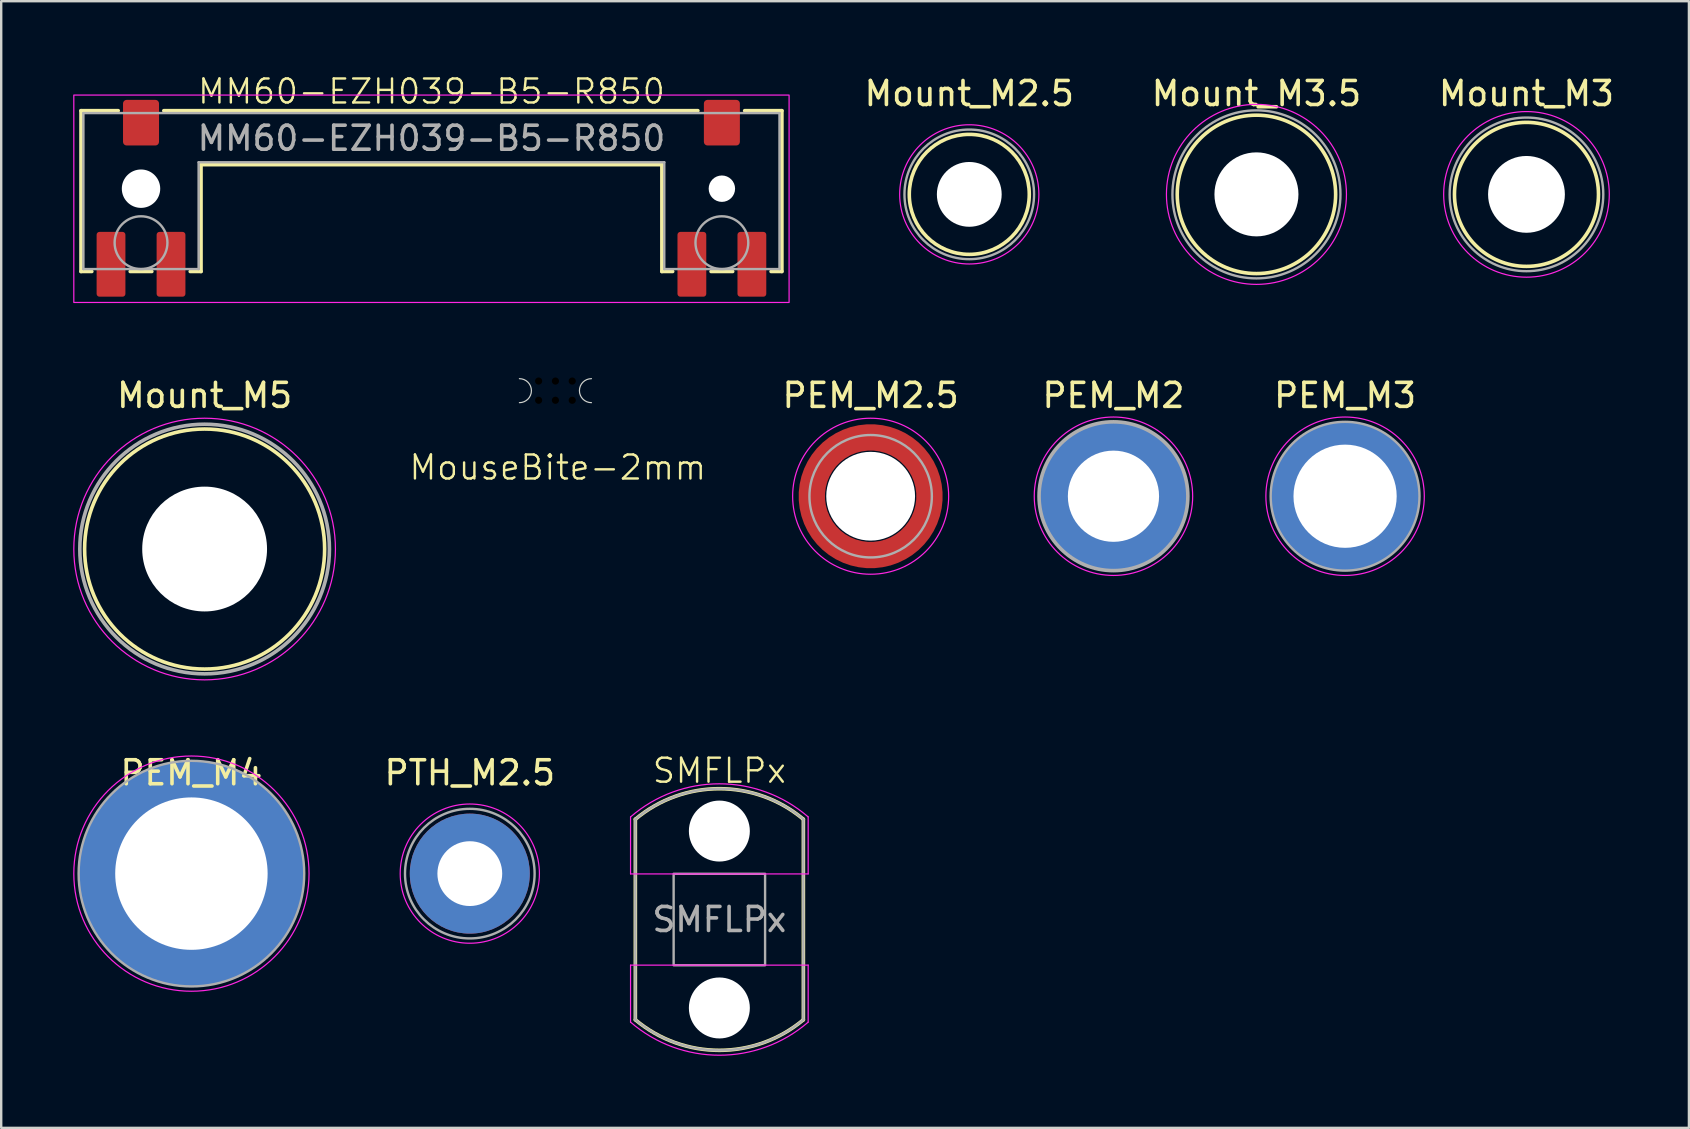
<source format=kicad_pcb>
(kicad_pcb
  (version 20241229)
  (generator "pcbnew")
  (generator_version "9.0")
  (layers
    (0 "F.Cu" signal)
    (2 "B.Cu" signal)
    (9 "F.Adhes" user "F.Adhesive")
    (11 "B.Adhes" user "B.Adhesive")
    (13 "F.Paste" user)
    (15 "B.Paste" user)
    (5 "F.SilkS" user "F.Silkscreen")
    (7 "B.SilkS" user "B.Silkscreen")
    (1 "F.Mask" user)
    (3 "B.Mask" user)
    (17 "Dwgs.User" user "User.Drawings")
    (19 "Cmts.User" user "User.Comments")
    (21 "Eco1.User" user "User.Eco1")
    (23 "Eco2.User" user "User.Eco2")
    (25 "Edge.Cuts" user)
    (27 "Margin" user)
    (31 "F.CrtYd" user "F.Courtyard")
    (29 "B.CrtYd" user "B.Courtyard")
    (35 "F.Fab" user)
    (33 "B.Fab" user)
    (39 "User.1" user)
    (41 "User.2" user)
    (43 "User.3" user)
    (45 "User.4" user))
  (footprint "PEM_M2.5"
    (layer "F.Cu")
    (at 33.223 17.624)
    (property "Reference" "PEM_M2.5" (at 0 -4.2 0) (unlocked yes) (layer "F.SilkS") (effects (font (size 1 1) (thickness 0.15))))
    (attr through_hole)
    (fp_circle (center 0 0) (end 3.25 0) (stroke (width 0.05) (type solid)) (fill no) (layer "F.CrtYd"))
    (fp_circle (center 0 0) (end 2.55 0) (stroke (width 0.1) (type solid)) (fill no) (layer "F.Fab"))
    (pad "" smd custom (at -1.704 -1.704) (size 0.51 0.51) (layers "F.Paste") (options (anchor circle)) (primitives (gr_arc (start -0.250195 1.279127) (mid 0.289914 0.289914) (end 1.279127 -0.250195) (width 0.2)) (gr_arc (start -0.34334 1.279127) (mid 0.225488 0.225488) (end 1.279127 -0.34334) (width 0.2)) (gr_arc (start -0.436309 1.279127) (mid 0.161063 0.161063) (end 1.279127 -0.436309) (width 0.2)) (gr_arc (start -0.529126 1.279127) (mid 0.096638 0.096638) (end 1.279127 -0.529126) (width 0.2)) (gr_arc (start -0.621807 1.279127) (mid 0.032213 0.032213) (end 1.279127 -0.621807) (width 0.2)) (gr_arc (start -0.71437 1.279127) (mid -0.032213 -0.032213) (end 1.279127 -0.71437) (width 0.2)) (gr_arc (start -0.806826 1.279127) (mid -0.096638 -0.096638) (end 1.279127 -0.806826) (width 0.2)) (gr_arc (start -0.899187 1.279127) (mid -0.161063 -0.161063) (end 1.279127 -0.899187) (width 0.2)) (gr_arc (start -0.991463 1.279127) (mid -0.225488 -0.225488) (end 1.279127 -0.991463) (width 0.2)) (gr_arc (start -1.083663 1.279127) (mid -0.289914 -0.289914) (end 1.279127 -1.083663) (width 0.2)) (gr_line (start 1.279 -0.25) (end 1.279 -1.084) (width 0.2)) (gr_line (start -0.25 1.279) (end -1.084 1.279) (width 0.2))))
    (pad "" smd custom (at -1.704 1.704) (size 0.51 0.51) (layers "F.Paste") (options (anchor circle)) (primitives (gr_arc (start 1.279127 0.250195) (mid 0.289914 -0.289914) (end -0.250195 -1.279127) (width 0.2)) (gr_arc (start 1.279127 0.34334) (mid 0.225488 -0.225488) (end -0.34334 -1.279127) (width 0.2)) (gr_arc (start 1.279127 0.436309) (mid 0.161063 -0.161063) (end -0.436309 -1.279127) (width 0.2)) (gr_arc (start 1.279127 0.529126) (mid 0.096638 -0.096638) (end -0.529126 -1.279127) (width 0.2)) (gr_arc (start 1.279127 0.621807) (mid 0.032213 -0.032213) (end -0.621807 -1.279127) (width 0.2)) (gr_arc (start 1.279127 0.71437) (mid -0.032213 0.032213) (end -0.71437 -1.279127) (width 0.2)) (gr_arc (start 1.279127 0.806826) (mid -0.096638 0.096638) (end -0.806826 -1.279127) (width 0.2)) (gr_arc (start 1.279127 0.899187) (mid -0.161063 0.161063) (end -0.899187 -1.279127) (width 0.2)) (gr_arc (start 1.279127 0.991463) (mid -0.225488 0.225488) (end -0.991463 -1.279127) (width 0.2)) (gr_arc (start 1.279127 1.083663) (mid -0.289914 0.289914) (end -1.083663 -1.279127) (width 0.2)) (gr_line (start -0.25 -1.279) (end -1.084 -1.279) (width 0.2)) (gr_line (start 1.279 0.25) (end 1.279 1.084) (width 0.2))))
    (pad "" np_thru_hole circle (at 0 0) (size 3.7 3.7) (drill 3.7) (layers "*.Cu" "*.Mask"))
    (pad "" smd custom (at 1.704 -1.704) (size 0.51 0.51) (layers "F.Paste") (options (anchor circle)) (primitives (gr_arc (start -1.279127 -0.250195) (mid -0.289914 0.289914) (end 0.250195 1.279127) (width 0.2)) (gr_arc (start -1.279127 -0.34334) (mid -0.225488 0.225488) (end 0.34334 1.279127) (width 0.2)) (gr_arc (start -1.279127 -0.436309) (mid -0.161063 0.161063) (end 0.436309 1.279127) (width 0.2)) (gr_arc (start -1.279127 -0.529126) (mid -0.096638 0.096638) (end 0.529126 1.279127) (width 0.2)) (gr_arc (start -1.279127 -0.621807) (mid -0.032213 0.032213) (end 0.621807 1.279127) (width 0.2)) (gr_arc (start -1.279127 -0.71437) (mid 0.032213 -0.032213) (end 0.71437 1.279127) (width 0.2)) (gr_arc (start -1.279127 -0.806826) (mid 0.096638 -0.096638) (end 0.806826 1.279127) (width 0.2)) (gr_arc (start -1.279127 -0.899187) (mid 0.161063 -0.161063) (end 0.899187 1.279127) (width 0.2)) (gr_arc (start -1.279127 -0.991463) (mid 0.225488 -0.225488) (end 0.991463 1.279127) (width 0.2)) (gr_arc (start -1.279127 -1.083663) (mid 0.289914 -0.289914) (end 1.083663 1.279127) (width 0.2)) (gr_line (start 0.25 1.279) (end 1.084 1.279) (width 0.2)) (gr_line (start -1.279 -0.25) (end -1.279 -1.084) (width 0.2))))
    (pad "" smd custom (at 1.704 1.704) (size 0.51 0.51) (layers "F.Paste") (options (anchor circle)) (primitives (gr_arc (start 0.250195 -1.279127) (mid -0.289914 -0.289914) (end -1.279127 0.250195) (width 0.2)) (gr_arc (start 0.34334 -1.279127) (mid -0.225488 -0.225488) (end -1.279127 0.34334) (width 0.2)) (gr_arc (start 0.436309 -1.279127) (mid -0.161063 -0.161063) (end -1.279127 0.436309) (width 0.2)) (gr_arc (start 0.529126 -1.279127) (mid -0.096638 -0.096638) (end -1.279127 0.529126) (width 0.2)) (gr_arc (start 0.621807 -1.279127) (mid -0.032213 -0.032213) (end -1.279127 0.621807) (width 0.2)) (gr_arc (start 0.71437 -1.279127) (mid 0.032213 0.032213) (end -1.279127 0.71437) (width 0.2)) (gr_arc (start 0.806826 -1.279127) (mid 0.096638 0.096638) (end -1.279127 0.806826) (width 0.2)) (gr_arc (start 0.899187 -1.279127) (mid 0.161063 0.161063) (end -1.279127 0.899187) (width 0.2)) (gr_arc (start 0.991463 -1.279127) (mid 0.225488 0.225488) (end -1.279127 0.991463) (width 0.2)) (gr_arc (start 1.083663 -1.279127) (mid 0.289914 0.289914) (end -1.279127 1.083663) (width 0.2)) (gr_line (start -1.279 0.25) (end -1.279 1.084) (width 0.2)) (gr_line (start 0.25 -1.279) (end 1.084 -1.279) (width 0.2))))
    (pad "1" smd custom (at 2.45 0) (size 0.652 0.652) (layers "F.Cu" "F.Mask") (options (anchor circle)) (primitives (gr_circle (center -2.45 0) (end 0 0) (width 1.1) (fill no)))))
  (footprint "MM60-EZH039-B5-R850"
    (layer "F.Cu")
    (at 14.925 4.811)
    (property "Reference" "MM60-EZH039-B5-R850" (at 0 -4.05 0) (unlocked yes) (layer "F.SilkS") (effects (font (size 1 1) (thickness 0.1))))
    (attr smd)
    (fp_line (start -14.6 -3.25) (end -13.05 -3.25) (stroke (width 0.15) (type default)) (layer "F.SilkS"))
    (fp_line (start -14.6 3.45) (end -14.6 -3.25) (stroke (width 0.15) (type default)) (layer "F.SilkS"))
    (fp_line (start -14.15 3.45) (end -14.6 3.45) (stroke (width 0.15) (type default)) (layer "F.SilkS"))
    (fp_line (start -11.65 3.45) (end -12.55 3.45) (stroke (width 0.15) (type default)) (layer "F.SilkS"))
    (fp_line (start -11.15 -3.25) (end 11.1 -3.25) (stroke (width 0.15) (type default)) (layer "F.SilkS"))
    (fp_line (start -9.6 -1) (end -9.6 3.45) (stroke (width 0.15) (type default)) (layer "F.SilkS"))
    (fp_line (start -9.6 3.45) (end -10.05 3.45) (stroke (width 0.15) (type default)) (layer "F.SilkS"))
    (fp_line (start 9.6 -1) (end -9.6 -1) (stroke (width 0.15) (type default)) (layer "F.SilkS"))
    (fp_line (start 9.6 -1) (end 9.6 3.45) (stroke (width 0.15) (type default)) (layer "F.SilkS"))
    (fp_line (start 9.6 3.45) (end 10.05 3.45) (stroke (width 0.15) (type default)) (layer "F.SilkS"))
    (fp_line (start 11.65 3.45) (end 12.55 3.45) (stroke (width 0.15) (type default)) (layer "F.SilkS"))
    (fp_line (start 14.15 3.45) (end 14.6 3.45) (stroke (width 0.15) (type default)) (layer "F.SilkS"))
    (fp_line (start 14.6 -3.25) (end 13.05 -3.25) (stroke (width 0.15) (type default)) (layer "F.SilkS"))
    (fp_line (start 14.6 3.45) (end 14.6 -3.25) (stroke (width 0.15) (type default)) (layer "F.SilkS"))
    (fp_rect (start -14.9 -3.9) (end 14.9 4.74) (stroke (width 0.05) (type default)) (fill no) (layer "F.CrtYd"))
    (fp_line (start -14.5 -3.15) (end -14.5 3.35) (stroke (width 0.1) (type default)) (layer "F.Fab"))
    (fp_line (start -14.5 -3.15) (end 14.5 -3.15) (stroke (width 0.1) (type default)) (layer "F.Fab"))
    (fp_line (start -9.7 3.35) (end -14.5 3.35) (stroke (width 0.1) (type default)) (layer "F.Fab"))
    (fp_line (start -9.7 3.35) (end -9.7 -1.1) (stroke (width 0.1) (type default)) (layer "F.Fab"))
    (fp_line (start 9.7 -1.1) (end -9.7 -1.1) (stroke (width 0.1) (type default)) (layer "F.Fab"))
    (fp_line (start 9.7 3.35) (end 9.7 -1.1) (stroke (width 0.1) (type default)) (layer "F.Fab"))
    (fp_line (start 9.7 3.35) (end 14.5 3.35) (stroke (width 0.1) (type default)) (layer "F.Fab"))
    (fp_line (start 14.5 -3.15) (end 14.5 3.35) (stroke (width 0.1) (type default)) (layer "F.Fab"))
    (fp_circle (center -12.1 2.25) (end -11 2.25) (stroke (width 0.1) (type default)) (fill no) (layer "F.Fab"))
    (fp_circle (center 12.1 2.25) (end 13.2 2.25) (stroke (width 0.1) (type default)) (fill no) (layer "F.Fab"))
    (fp_text user "${REFERENCE}" (at 0 -2.1 0) (unlocked yes) (layer "F.Fab") (effects (font (size 1 1) (thickness 0.15))))
    (pad "" np_thru_hole circle (at -12.1 0) (size 1.6 1.6) (drill 1.6) (layers "*.Cu" "*.Mask"))
    (pad "" np_thru_hole circle (at 12.1 0) (size 1.1 1.1) (drill 1.1) (layers "*.Cu" "*.Mask"))
    (pad "S" smd roundrect (at -13.35 3.15) (size 1.2 2.7) (layers "F.Cu" "F.Mask" "F.Paste") (roundrect_rratio 0.1))
    (pad "S" smd roundrect (at -12.1 -2.75) (size 1.5 1.9) (layers "F.Cu" "F.Mask" "F.Paste") (roundrect_rratio 0.1))
    (pad "S" smd roundrect (at -10.85 3.15) (size 1.2 2.7) (layers "F.Cu" "F.Mask" "F.Paste") (roundrect_rratio 0.1))
    (pad "S" smd roundrect (at 10.85 3.15) (size 1.2 2.7) (layers "F.Cu" "F.Mask" "F.Paste") (roundrect_rratio 0.1))
    (pad "S" smd roundrect (at 12.1 -2.75) (size 1.5 1.9) (layers "F.Cu" "F.Mask" "F.Paste") (roundrect_rratio 0.1))
    (pad "S" smd roundrect (at 13.35 3.15) (size 1.2 2.7) (layers "F.Cu" "F.Mask" "F.Paste") (roundrect_rratio 0.1)))
  (footprint "PEM_M3"
    (layer "F.Cu")
    (at 52.989 17.624)
    (property "Reference" "PEM_M3" (at 0 -4.2 0) (unlocked yes) (layer "F.SilkS") (effects (font (size 1 1) (thickness 0.15))))
    (attr through_hole)
    (fp_arc (start -1 2.5) (mid -2.670448 0) (end -1 -2.5) (stroke (width 0.8) (type default)) (layer "F.Paste"))
    (fp_arc (start 1 -2.5) (mid 2.670447 0) (end 1 2.5) (stroke (width 0.8) (type default)) (layer "F.Paste"))
    (fp_circle (center 0 0) (end 3.3 0) (stroke (width 0.05) (type solid)) (fill no) (layer "F.CrtYd"))
    (fp_circle (center 0 0) (end 3.1 0) (stroke (width 0.1) (type solid)) (fill no) (layer "F.Fab"))
    (pad "" np_thru_hole circle (at 0 0) (size 6.2 6.2) (drill 4.3) (layers "*.Cu" "*.Mask")))
  (footprint "PEM_M2"
    (layer "F.Cu")
    (at 43.339 17.624)
    (property "Reference" "PEM_M2" (at 0 -4.2 0) (unlocked yes) (layer "F.SilkS") (effects (font (size 1 1) (thickness 0.15))))
    (attr through_hole)
    (fp_arc (start -1 2.3) (mid -2.522337 0) (end -1 -2.3) (stroke (width 1.1) (type default)) (layer "F.Paste"))
    (fp_arc (start 1 -2.3) (mid 2.522337 0) (end 1 2.3) (stroke (width 1.1) (type default)) (layer "F.Paste"))
    (fp_circle (center 0 0) (end 3.3 0) (stroke (width 0.05) (type solid)) (fill no) (layer "F.CrtYd"))
    (fp_circle (center 0 0) (end 3.1 0) (stroke (width 0.15) (type solid)) (fill no) (layer "F.Fab"))
    (pad "" np_thru_hole circle (at 0 0) (size 6.2 6.2) (drill 3.8) (layers "*.Cu" "*.Mask")))
  (footprint "Mount_M3"
    (layer "F.Cu")
    (at 60.546 5.048)
    (property "Reference" "Mount_M3" (at 0 -4.2 0) (unlocked yes) (layer "F.SilkS") (effects (font (size 1 1) (thickness 0.15))))
    (attr through_hole exclude_from_pos_files exclude_from_bom)
    (fp_circle (center 0 0) (end 3 0) (stroke (width 0.15) (type solid)) (fill no) (layer "F.SilkS"))
    (fp_circle (center 0 0) (end 3.45 0) (stroke (width 0.05) (type solid)) (fill no) (layer "F.CrtYd"))
    (fp_circle (center 0 0) (end 3.2 0) (stroke (width 0.1) (type solid)) (fill no) (layer "F.Fab"))
    (pad "" np_thru_hole circle (at 0 0) (size 3.2 3.2) (drill 3.2) (layers "*.Cu" "*.Mask")))
  (footprint "Mount_M2.5"
    (layer "F.Cu")
    (at 37.332 5.048)
    (property "Reference" "Mount_M2.5" (at 0 -4.2 0) (unlocked yes) (layer "F.SilkS") (effects (font (size 1 1) (thickness 0.15))))
    (attr through_hole exclude_from_pos_files exclude_from_bom)
    (fp_circle (center 0 0) (end 2.5 0) (stroke (width 0.15) (type solid)) (fill no) (layer "F.SilkS"))
    (fp_circle (center 0 0) (end 2.9 0) (stroke (width 0.05) (type solid)) (fill no) (layer "F.CrtYd"))
    (fp_circle (center 0 0) (end 2.7 0) (stroke (width 0.1) (type solid)) (fill no) (layer "F.Fab"))
    (pad "" np_thru_hole circle (at 0 0) (size 2.7 2.7) (drill 2.7) (layers "*.Cu" "*.Mask")))
  (footprint "Mount_M5"
    (layer "F.Cu")
    (at 5.475 19.824)
    (property "Reference" "Mount_M5" (at 0 -6.4 0) (unlocked yes) (layer "F.SilkS") (effects (font (size 1 1) (thickness 0.15))))
    (attr through_hole)
    (fp_circle (center 0 0) (end 5 0) (stroke (width 0.15) (type solid)) (fill no) (layer "F.SilkS"))
    (fp_circle (center 0 0) (end 5.45 0) (stroke (width 0.05) (type solid)) (fill no) (layer "F.CrtYd"))
    (fp_circle (center 0 0) (end 5.2 0) (stroke (width 0.15) (type solid)) (fill no) (layer "F.Fab"))
    (pad "" np_thru_hole circle (at 0 0) (size 5.2 5.2) (drill 5.2) (layers "*.Cu" "*.Mask")))
  (footprint "PTH_M2.5"
    (layer "F.Cu")
    (at 16.523 33.347)
    (property "Reference" "PTH_M2.5" (at 0 -4.2 0) (unlocked yes) (layer "F.SilkS") (effects (font (size 1 1) (thickness 0.15))))
    (attr through_hole exclude_from_pos_files exclude_from_bom)
    (fp_circle (center 0 0) (end 2.9 0) (stroke (width 0.05) (type solid)) (fill no) (layer "F.CrtYd"))
    (fp_circle (center 0 0) (end 2.7 0) (stroke (width 0.1) (type solid)) (fill no) (layer "F.Fab"))
    (pad "1" thru_hole circle (at 0 0) (size 5 5) (drill 2.7) (layers "*.Cu" "*.Mask")))
  (footprint "MouseBite-2mm"
    (layer "F.Cu")
    (at 20.09 13.226)
    (property "Reference" "MouseBite-2mm" (at 0.1 3.2 0) (unlocked yes) (layer "F.SilkS") (effects (font (size 1 1) (thickness 0.1))))
    (attr exclude_from_pos_files exclude_from_bom)
    (fp_arc (start -1.5 -0.5) (mid -1 0) (end -1.5 0.5) (stroke (width 0.05) (type default)) (layer "Edge.Cuts"))
    (fp_arc (start 1.5 0.5) (mid 1 0) (end 1.5 -0.5) (stroke (width 0.05) (type default)) (layer "Edge.Cuts"))
    (pad "" np_thru_hole circle (at -0.7 -0.4) (size 0.3 0.3) (drill 0.5) (layers "*.Mask"))
    (pad "" np_thru_hole circle (at -0.7 0.4) (size 0.3 0.3) (drill 0.5) (layers "*.Mask"))
    (pad "" np_thru_hole circle (at 0 -0.4) (size 0.3 0.3) (drill 0.5) (layers "*.Mask"))
    (pad "" np_thru_hole circle (at 0 0.4) (size 0.3 0.3) (drill 0.5) (layers "*.Mask"))
    (pad "" np_thru_hole circle (at 0.7 -0.4) (size 0.3 0.3) (drill 0.5) (layers "*.Mask"))
    (pad "" np_thru_hole circle (at 0.7 0.4) (size 0.3 0.3) (drill 0.5) (layers "*.Mask")))
  (footprint "SMFLPx"
    (layer "F.Cu")
    (at 26.92 35.259)
    (property "Reference" "SMFLPx" (at 0 -6.2 0) (unlocked yes) (layer "F.SilkS") (effects (font (size 1 1) (thickness 0.1))))
    (attr through_hole)
    (fp_line (start -3.5 4.175) (end -3.5 -4.178) (stroke (width 0.15) (type default)) (layer "F.SilkS"))
    (fp_line (start 3.5 4.175) (end 3.5 -4.178) (stroke (width 0.15) (type default)) (layer "F.SilkS"))
    (fp_arc (start -3.5 -4.177618) (mid 0.000001 -5.449999) (end 3.500001 -4.177617) (stroke (width 0.15) (type default)) (layer "F.SilkS"))
    (fp_arc (start 3.500001 4.177617) (mid 0.000001 5.449999) (end -3.5 4.177618) (stroke (width 0.15) (type default)) (layer "F.SilkS"))
    (fp_line (start -3.7 -1.9) (end -3.7 -4.275) (stroke (width 0.05) (type default)) (layer "F.CrtYd"))
    (fp_line (start -3.7 1.9) (end -3.7 4.275) (stroke (width 0.05) (type default)) (layer "F.CrtYd"))
    (fp_line (start 3.7 -1.9) (end -3.7 -1.9) (stroke (width 0.05) (type default)) (layer "F.CrtYd"))
    (fp_line (start 3.7 -1.9) (end 3.7 -4.275) (stroke (width 0.05) (type default)) (layer "F.CrtYd"))
    (fp_line (start 3.7 1.9) (end -3.7 1.9) (stroke (width 0.05) (type default)) (layer "F.CrtYd"))
    (fp_line (start 3.7 1.9) (end 3.7 4.275) (stroke (width 0.05) (type default)) (layer "F.CrtYd"))
    (fp_arc (start -3.7 -4.274998) (mid 0 -5.653814) (end 3.7 -4.274999) (stroke (width 0.05) (type default)) (layer "F.CrtYd"))
    (fp_arc (start 3.7 4.274999) (mid 0 5.653814) (end -3.7 4.274998) (stroke (width 0.05) (type default)) (layer "F.CrtYd"))
    (fp_line (start -3.5 4.175) (end -3.5 -4.178) (stroke (width 0.1) (type default)) (layer "F.Fab"))
    (fp_line (start 3.5 4.175) (end 3.5 -4.178) (stroke (width 0.1) (type default)) (layer "F.Fab"))
    (fp_rect (start -1.905 -1.905) (end 1.905 1.905) (stroke (width 0.1) (type solid)) (fill no) (layer "F.Fab"))
    (fp_arc (start -3.5 -4.177618) (mid 0.000001 -5.449999) (end 3.500001 -4.177617) (stroke (width 0.1) (type default)) (layer "F.Fab"))
    (fp_arc (start 3.500001 4.177617) (mid 0.000001 5.449999) (end -3.5 4.177618) (stroke (width 0.1) (type default)) (layer "F.Fab"))
    (fp_text user "${REFERENCE}" (at 0 0 0) (unlocked yes) (layer "F.Fab") (effects (font (size 1 1) (thickness 0.15))))
    (pad "" np_thru_hole circle (at 0 -3.685) (size 2.54 2.54) (drill 2.54) (layers "*.Cu" "*.Mask"))
    (pad "" np_thru_hole circle (at 0 3.685) (size 2.54 2.54) (drill 2.54) (layers "*.Cu" "*.Mask")))
  (footprint "PEM_M4"
    (layer "F.Cu")
    (at 4.925 33.347)
    (property "Reference" "PEM_M4" (at 0 -4.2 0) (unlocked yes) (layer "F.SilkS") (effects (font (size 1 1) (thickness 0.15))))
    (attr through_hole)
    (fp_arc (start -1 3.85) (mid -3.954209 0) (end -1 -3.85) (stroke (width 1.4) (type default)) (layer "F.Paste"))
    (fp_arc (start 1 -3.85) (mid 3.954209 0) (end 1 3.85) (stroke (width 1.4) (type default)) (layer "F.Paste"))
    (fp_circle (center 0 0) (end 4.9 0) (stroke (width 0.05) (type solid)) (fill no) (layer "F.CrtYd"))
    (fp_circle (center 0 0) (end 4.7 0) (stroke (width 0.1) (type solid)) (fill no) (layer "F.Fab"))
    (pad "" np_thru_hole circle (at 0 0) (size 9.4 9.4) (drill 6.35) (layers "*.Cu" "*.Mask")))
  (footprint "Mount_M3.5"
    (layer "F.Cu")
    (at 49.296 5.048)
    (property "Reference" "Mount_M3.5" (at 0 -4.2 0) (unlocked yes) (layer "F.SilkS") (effects (font (size 1 1) (thickness 0.15))))
    (attr through_hole exclude_from_pos_files exclude_from_bom)
    (fp_circle (center 0 0) (end 3.3 0) (stroke (width 0.15) (type solid)) (fill no) (layer "F.SilkS"))
    (fp_circle (center 0 0) (end 3.75 0) (stroke (width 0.05) (type solid)) (fill no) (layer "F.CrtYd"))
    (fp_circle (center 0 0) (end 3.5 0) (stroke (width 0.1) (type solid)) (fill no) (layer "F.Fab"))
    (pad "" np_thru_hole circle (at 0 0) (size 3.5 3.5) (drill 3.5) (layers "*.Cu" "*.Mask")))
  (gr_rect
    (start -3 -3)
    (end 67.314 43.938)
    (stroke (width 0.1) (type default))
    (fill no)
    (layer "Edge.Cuts")))
</source>
